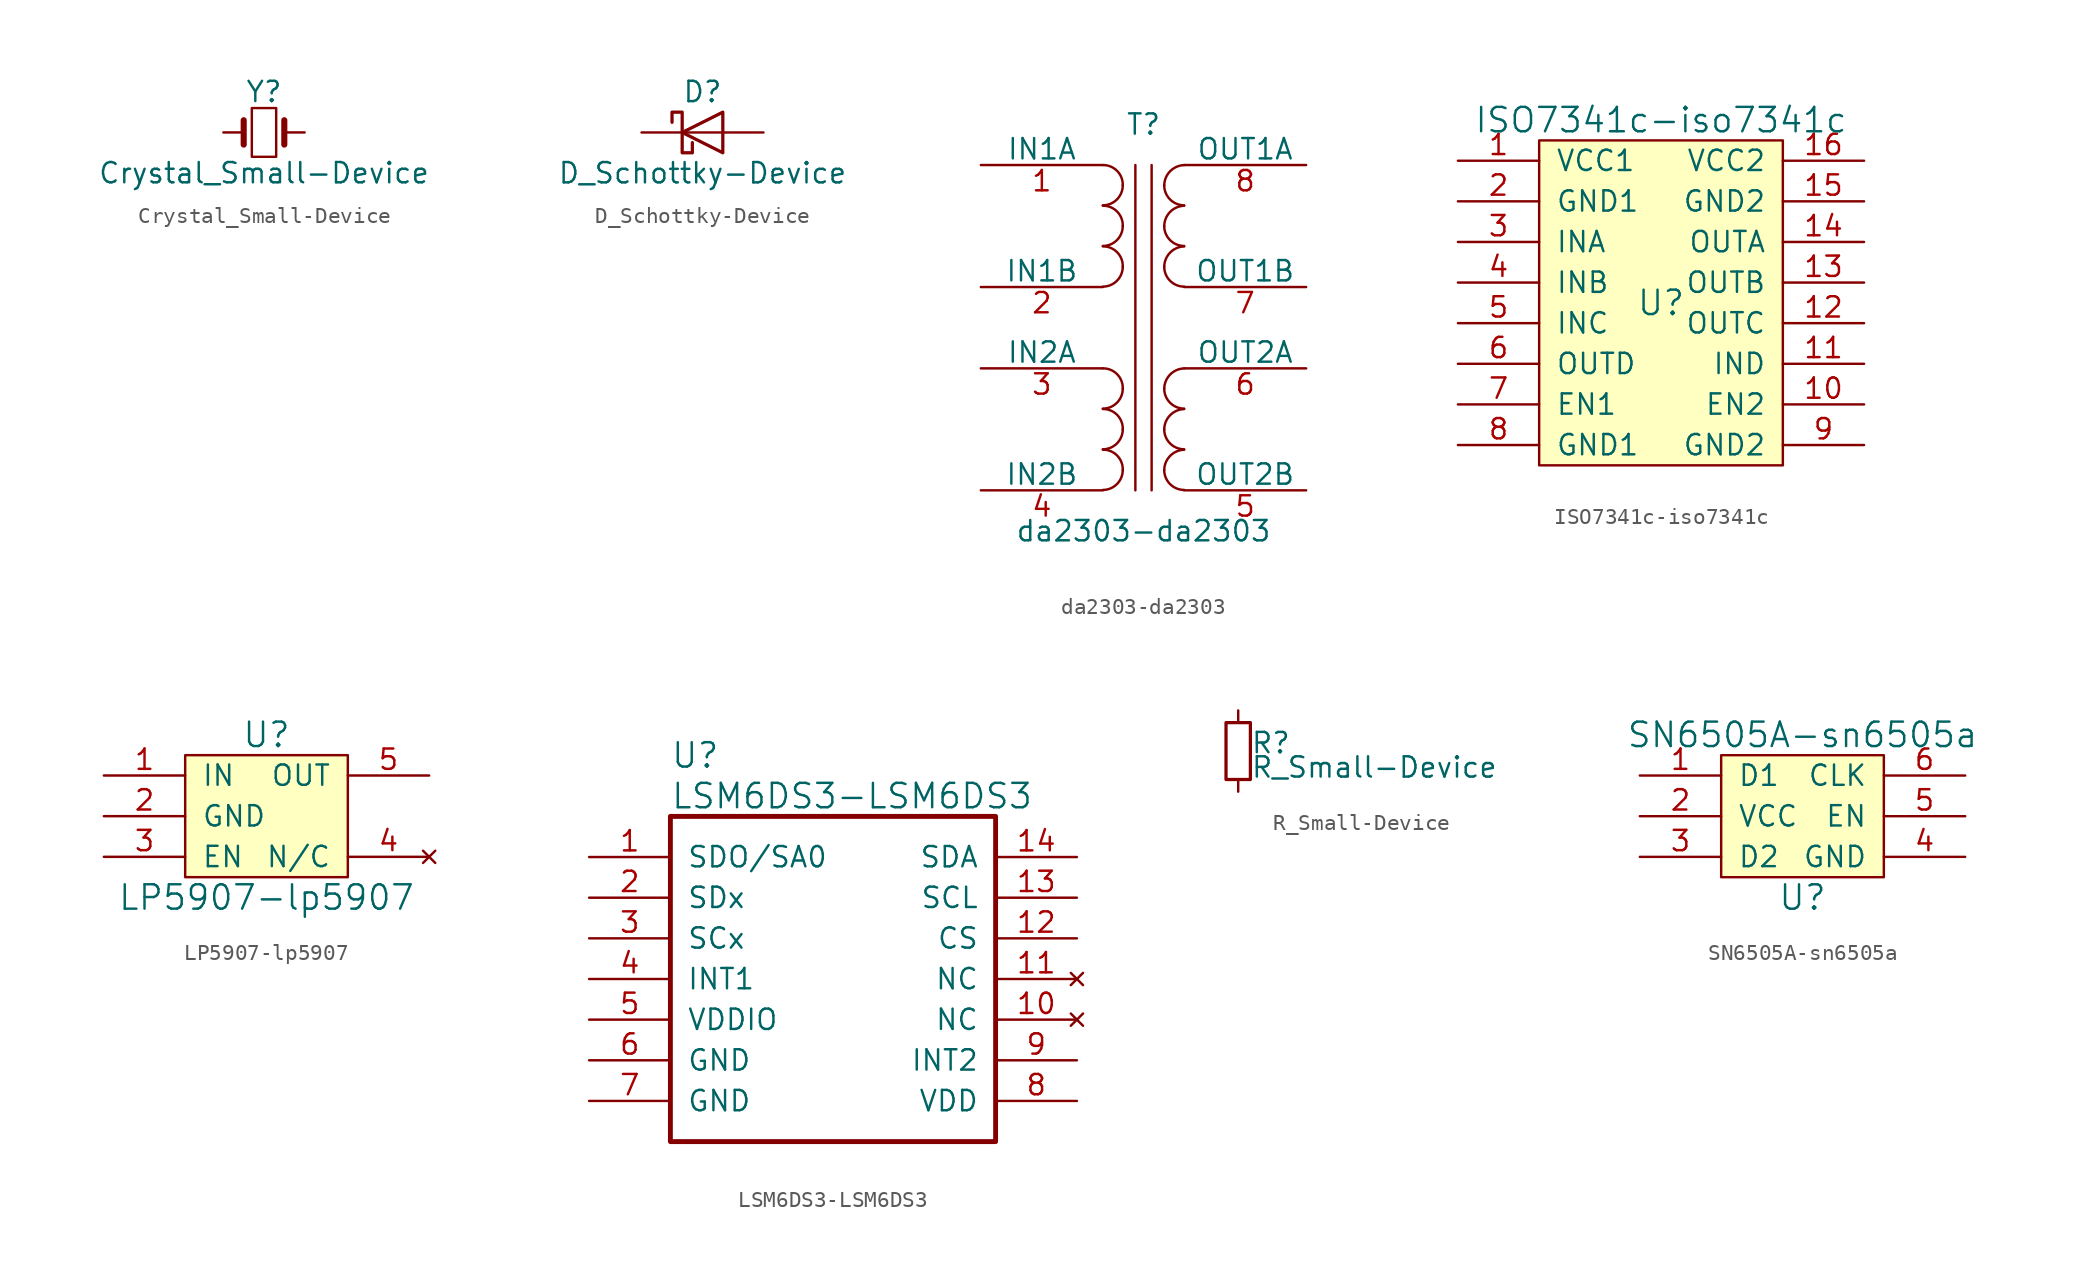
<source format=kicad_sym>
(kicad_symbol_lib
  (version 20210619)
  (generator kicad_symbol_editor)
  (symbol "FreeEEG32-ads131-rescue:Crystal_Small-Device"
    (pin_numbers hide)
    (pin_names
      (offset 1.016) hide)
    (property "Reference" "Y"
      (at 0 2.54 0)
      (effects (font (size 1.27 1.27))))
    (property "Value" "Crystal_Small-Device"
      (at 0 -2.54 0)
      (effects (font (size 1.27 1.27))))
    (symbol "Crystal_Small-Device_0_1"
      (rectangle (start -0.762 -1.524) (end 0.762 1.524) (stroke (width 0)) (fill (type none)))
      (polyline (pts (xy -1.27 -0.762) (xy -1.27 0.762)) (stroke (width 0.381)) (fill (type none)))
      (polyline (pts (xy 1.27 -0.762) (xy 1.27 0.762)) (stroke (width 0.381)) (fill (type none))))
    (symbol "Crystal_Small-Device_1_1"
      (pin passive line (at -2.54 0 0) (length 1.27) (name "1" (effects (font (size 1.27 1.27)))) (number "1" (effects (font (size 1.27 1.27)))))
      (pin passive line (at 2.54 0 180) (length 1.27) (name "2" (effects (font (size 1.27 1.27)))) (number "2" (effects (font (size 1.27 1.27)))))))
  (symbol "FreeEEG32-ads131-rescue:D_Schottky-Device"
    (pin_numbers hide)
    (pin_names
      (offset 1.016) hide)
    (property "Reference" "D"
      (at 0 2.54 0)
      (effects (font (size 1.27 1.27))))
    (property "Value" "D_Schottky-Device"
      (at 0 -2.54 0)
      (effects (font (size 1.27 1.27))))
    (symbol "D_Schottky-Device_0_1"
      (polyline (pts (xy 1.27 0) (xy -1.27 0)) (stroke (width 0)) (fill (type none)))
      (polyline (pts (xy 1.27 1.27) (xy 1.27 -1.27) (xy -1.27 0) (xy 1.27 1.27)) (stroke (width 0.203)) (fill (type none)))
      (polyline (pts (xy -1.905 0.635) (xy -1.905 1.27) (xy -1.27 1.27) (xy -1.27 -1.27) (xy -0.635 -1.27) (xy -0.635 -0.635)) (stroke (width 0.203)) (fill (type none))))
    (symbol "D_Schottky-Device_1_1"
      (pin passive line (at -3.81 0 0) (length 2.54) (name "K" (effects (font (size 1.27 1.27)))) (number "1" (effects (font (size 1.27 1.27)))))
      (pin passive line (at 3.81 0 180) (length 2.54) (name "A" (effects (font (size 1.27 1.27)))) (number "2" (effects (font (size 1.27 1.27)))))))
  (symbol "FreeEEG32-ads131-rescue:da2303-da2303"
    (pin_names
      (offset 0))
    (property "Reference" "T"
      (at 0 12.7 0)
      (effects (font (size 1.27 1.27))))
    (property "Value" "da2303-da2303"
      (at 0 -12.7 0)
      (effects (font (size 1.27 1.27))))
    (property "Footprint" ""
      (at 0 0 0)
      (effects (font (size 1.27 1.27))))
    (property "Datasheet" ""
      (at 0 0 0)
      (effects (font (size 1.27 1.27))))
    (symbol "da2303-da2303_0_1"
      (arc (start -2.54 -10.1346) (end -1.2954 -8.89) (radius (at -2.54 -8.89) (length 1.27) (angles -90.1 0.1)) (stroke (width 0)) (fill (type none)))
      (arc (start -1.2954 -8.89) (end -2.54 -7.62) (radius (at -2.54 -8.89) (length 1.27) (angles -0.1 90.1)) (stroke (width 0)) (fill (type none)))
      (arc (start -2.54 -7.5946) (end -1.2954 -6.35) (radius (at -2.54 -6.35) (length 1.27) (angles -90.1 0.1)) (stroke (width 0)) (fill (type none)))
      (arc (start -1.2954 -6.35) (end -2.54 -5.08) (radius (at -2.54 -6.35) (length 1.27) (angles -0.1 90.1)) (stroke (width 0)) (fill (type none)))
      (arc (start -2.54 -5.0546) (end -1.2954 -3.81) (radius (at -2.54 -3.81) (length 1.27) (angles -90.1 0.1)) (stroke (width 0)) (fill (type none)))
      (arc (start -1.2954 -3.81) (end -2.54 -2.54) (radius (at -2.54 -3.81) (length 1.27) (angles -0.1 90.1)) (stroke (width 0)) (fill (type none)))
      (arc (start -2.54 2.5654) (end -1.2954 3.81) (radius (at -2.54 3.81) (length 1.27) (angles -90.1 0.1)) (stroke (width 0)) (fill (type none)))
      (arc (start -1.2954 3.81) (end -2.54 5.08) (radius (at -2.54 3.81) (length 1.27) (angles -0.1 90.1)) (stroke (width 0)) (fill (type none)))
      (arc (start -2.54 5.1054) (end -1.2954 6.35) (radius (at -2.54 6.35) (length 1.27) (angles -90.1 0.1)) (stroke (width 0)) (fill (type none)))
      (arc (start -1.2954 6.35) (end -2.54 7.62) (radius (at -2.54 6.35) (length 1.27) (angles -0.1 90.1)) (stroke (width 0)) (fill (type none)))
      (arc (start -2.54 7.6454) (end -1.2954 8.89) (radius (at -2.54 8.89) (length 1.27) (angles -90.1 0.1)) (stroke (width 0)) (fill (type none)))
      (arc (start -1.2954 8.89) (end -2.54 10.16) (radius (at -2.54 8.89) (length 1.27) (angles -0.1 90.1)) (stroke (width 0)) (fill (type none)))
      (arc (start 2.54 -7.62) (end 1.2954 -8.89) (radius (at 2.54 -8.89) (length 1.27) (angles 89.9 -179.9)) (stroke (width 0)) (fill (type none)))
      (arc (start 1.2954 -8.89) (end 2.54 -10.1346) (radius (at 2.54 -8.89) (length 1.27) (angles 179.9 -89.9)) (stroke (width 0)) (fill (type none)))
      (arc (start 2.54 -5.08) (end 1.2954 -6.35) (radius (at 2.54 -6.35) (length 1.27) (angles 89.9 -179.9)) (stroke (width 0)) (fill (type none)))
      (arc (start 1.2954 -6.35) (end 2.54 -7.5946) (radius (at 2.54 -6.35) (length 1.27) (angles 179.9 -89.9)) (stroke (width 0)) (fill (type none)))
      (arc (start 2.54 -2.54) (end 1.2954 -3.81) (radius (at 2.54 -3.81) (length 1.27) (angles 89.9 -179.9)) (stroke (width 0)) (fill (type none)))
      (arc (start 1.2954 -3.81) (end 2.54 -5.0546) (radius (at 2.54 -3.81) (length 1.27) (angles 179.9 -89.9)) (stroke (width 0)) (fill (type none)))
      (arc (start 2.54 5.08) (end 1.2954 3.81) (radius (at 2.54 3.81) (length 1.27) (angles 89.9 -179.9)) (stroke (width 0)) (fill (type none)))
      (arc (start 1.2954 3.81) (end 2.54 2.5654) (radius (at 2.54 3.81) (length 1.27) (angles 179.9 -89.9)) (stroke (width 0)) (fill (type none)))
      (arc (start 2.54 7.62) (end 1.2954 6.35) (radius (at 2.54 6.35) (length 1.27) (angles 89.9 -179.9)) (stroke (width 0)) (fill (type none)))
      (arc (start 1.2954 6.35) (end 2.54 5.1054) (radius (at 2.54 6.35) (length 1.27) (angles 179.9 -89.9)) (stroke (width 0)) (fill (type none)))
      (arc (start 2.54 10.16) (end 1.2954 8.89) (radius (at 2.54 8.89) (length 1.27) (angles 89.9 -179.9)) (stroke (width 0)) (fill (type none)))
      (arc (start 1.2954 8.89) (end 2.54 7.6454) (radius (at 2.54 8.89) (length 1.27) (angles 179.9 -89.9)) (stroke (width 0)) (fill (type none)))
      (polyline (pts (xy -0.508 -10.16) (xy -0.508 10.16)) (stroke (width 0)) (fill (type none)))
      (polyline (pts (xy 0.508 10.16) (xy 0.508 -10.16)) (stroke (width 0)) (fill (type none))))
    (symbol "da2303-da2303_1_1"
      (pin passive line (at -10.16 10.16 0) (length 7.62) (name "IN1A" (effects (font (size 1.27 1.27)))) (number "1" (effects (font (size 1.27 1.27)))))
      (pin passive line (at -10.16 2.54 0) (length 7.62) (name "IN1B" (effects (font (size 1.27 1.27)))) (number "2" (effects (font (size 1.27 1.27)))))
      (pin passive line (at -10.16 -2.54 0) (length 7.62) (name "IN2A" (effects (font (size 1.27 1.27)))) (number "3" (effects (font (size 1.27 1.27)))))
      (pin passive line (at -10.16 -10.16 0) (length 7.62) (name "IN2B" (effects (font (size 1.27 1.27)))) (number "4" (effects (font (size 1.27 1.27)))))
      (pin passive line (at 10.16 -10.16 180) (length 7.62) (name "OUT2B" (effects (font (size 1.27 1.27)))) (number "5" (effects (font (size 1.27 1.27)))))
      (pin passive line (at 10.16 -2.54 180) (length 7.62) (name "OUT2A" (effects (font (size 1.27 1.27)))) (number "6" (effects (font (size 1.27 1.27)))))
      (pin passive line (at 10.16 2.54 180) (length 7.62) (name "OUT1B" (effects (font (size 1.27 1.27)))) (number "7" (effects (font (size 1.27 1.27)))))
      (pin passive line (at 10.16 10.16 180) (length 7.62) (name "OUT1A" (effects (font (size 1.27 1.27)))) (number "8" (effects (font (size 1.27 1.27)))))))
  (symbol "FreeEEG32-ads131-rescue:ISO7341c-iso7341c"
    (pin_names
      (offset 1.016))
    (property "Reference" "U"
      (at 0 0 0)
      (effects (font (size 1.524 1.524))))
    (property "Value" "ISO7341c-iso7341c"
      (at 0 11.43 0)
      (effects (font (size 1.524 1.524))))
    (symbol "ISO7341c-iso7341c_0_1"
      (rectangle (start -7.62 10.16) (end 7.62 -10.16) (stroke (width 0)) (fill (type background))))
    (symbol "ISO7341c-iso7341c_1_1"
      (pin power_in line (at -12.7 8.89 0) (length 5.08) (name "VCC1" (effects (font (size 1.27 1.27)))) (number "1" (effects (font (size 1.27 1.27)))))
      (pin input line (at 12.7 -6.35 180) (length 5.08) (name "EN2" (effects (font (size 1.27 1.27)))) (number "10" (effects (font (size 1.27 1.27)))))
      (pin input line (at 12.7 -3.81 180) (length 5.08) (name "IND" (effects (font (size 1.27 1.27)))) (number "11" (effects (font (size 1.27 1.27)))))
      (pin output line (at 12.7 -1.27 180) (length 5.08) (name "OUTC" (effects (font (size 1.27 1.27)))) (number "12" (effects (font (size 1.27 1.27)))))
      (pin output line (at 12.7 1.27 180) (length 5.08) (name "OUTB" (effects (font (size 1.27 1.27)))) (number "13" (effects (font (size 1.27 1.27)))))
      (pin output line (at 12.7 3.81 180) (length 5.08) (name "OUTA" (effects (font (size 1.27 1.27)))) (number "14" (effects (font (size 1.27 1.27)))))
      (pin power_in line (at 12.7 6.35 180) (length 5.08) (name "GND2" (effects (font (size 1.27 1.27)))) (number "15" (effects (font (size 1.27 1.27)))))
      (pin power_in line (at 12.7 8.89 180) (length 5.08) (name "VCC2" (effects (font (size 1.27 1.27)))) (number "16" (effects (font (size 1.27 1.27)))))
      (pin power_in line (at -12.7 6.35 0) (length 5.08) (name "GND1" (effects (font (size 1.27 1.27)))) (number "2" (effects (font (size 1.27 1.27)))))
      (pin input line (at -12.7 3.81 0) (length 5.08) (name "INA" (effects (font (size 1.27 1.27)))) (number "3" (effects (font (size 1.27 1.27)))))
      (pin input line (at -12.7 1.27 0) (length 5.08) (name "INB" (effects (font (size 1.27 1.27)))) (number "4" (effects (font (size 1.27 1.27)))))
      (pin input line (at -12.7 -1.27 0) (length 5.08) (name "INC" (effects (font (size 1.27 1.27)))) (number "5" (effects (font (size 1.27 1.27)))))
      (pin output line (at -12.7 -3.81 0) (length 5.08) (name "OUTD" (effects (font (size 1.27 1.27)))) (number "6" (effects (font (size 1.27 1.27)))))
      (pin input line (at -12.7 -6.35 0) (length 5.08) (name "EN1" (effects (font (size 1.27 1.27)))) (number "7" (effects (font (size 1.27 1.27)))))
      (pin power_in line (at -12.7 -8.89 0) (length 5.08) (name "GND1" (effects (font (size 1.27 1.27)))) (number "8" (effects (font (size 1.27 1.27)))))
      (pin power_in line (at 12.7 -8.89 180) (length 5.08) (name "GND2" (effects (font (size 1.27 1.27)))) (number "9" (effects (font (size 1.27 1.27)))))))
  (symbol "FreeEEG32-ads131-rescue:LP5907-lp5907"
    (pin_names
      (offset 1.016))
    (property "Reference" "U"
      (at 0 5.08 0)
      (effects (font (size 1.524 1.524))))
    (property "Value" "LP5907-lp5907"
      (at 0 -5.08 0)
      (effects (font (size 1.524 1.524))))
    (property "Footprint" ""
      (at 0 0 0)
      (effects (font (size 1.524 1.524))))
    (property "Datasheet" ""
      (at 0 0 0)
      (effects (font (size 1.524 1.524))))
    (symbol "LP5907-lp5907_0_1"
      (rectangle (start -5.08 3.81) (end 5.08 -3.81) (stroke (width 0)) (fill (type background))))
    (symbol "LP5907-lp5907_1_1"
      (pin input line (at -10.16 2.54 0) (length 5.08) (name "IN" (effects (font (size 1.27 1.27)))) (number "1" (effects (font (size 1.27 1.27)))))
      (pin input line (at -10.16 0 0) (length 5.08) (name "GND" (effects (font (size 1.27 1.27)))) (number "2" (effects (font (size 1.27 1.27)))))
      (pin input line (at -10.16 -2.54 0) (length 5.08) (name "EN" (effects (font (size 1.27 1.27)))) (number "3" (effects (font (size 1.27 1.27)))))
      (pin no_connect line (at 10.16 -2.54 180) (length 5.08) (name "N/C" (effects (font (size 1.27 1.27)))) (number "4" (effects (font (size 1.27 1.27)))))
      (pin output line (at 10.16 2.54 180) (length 5.08) (name "OUT" (effects (font (size 1.27 1.27)))) (number "5" (effects (font (size 1.27 1.27)))))))
  (symbol "FreeEEG32-ads131-rescue:LSM6DS3-LSM6DS3"
    (pin_names
      (offset 1.016))
    (property "Reference" "U"
      (at 5.08 6.35 0)
      (effects (font (size 1.524 1.524)) (justify left)))
    (property "Value" "LSM6DS3-LSM6DS3"
      (at 5.08 3.81 0)
      (effects (font (size 1.524 1.524)) (justify left)))
    (property "ki_locked" ""
      (at 0 0 0)
      (effects (font (size 1.27 1.27))))
    (symbol "LSM6DS3-LSM6DS3_1_1"
      (rectangle (start 5.08 2.54) (end 25.4 -17.78) (stroke (width 0.305)) (fill (type none)))
      (pin bidirectional line (at 0 0 0) (length 5.08) (name "SDO/SA0" (effects (font (size 1.27 1.27)))) (number "1" (effects (font (size 1.27 1.27)))))
      (pin no_connect line (at 30.48 -10.16 180) (length 5.08) (name "NC" (effects (font (size 1.27 1.27)))) (number "10" (effects (font (size 1.27 1.27)))))
      (pin no_connect line (at 30.48 -7.62 180) (length 5.08) (name "NC" (effects (font (size 1.27 1.27)))) (number "11" (effects (font (size 1.27 1.27)))))
      (pin bidirectional line (at 30.48 -5.08 180) (length 5.08) (name "CS" (effects (font (size 1.27 1.27)))) (number "12" (effects (font (size 1.27 1.27)))))
      (pin bidirectional line (at 30.48 -2.54 180) (length 5.08) (name "SCL" (effects (font (size 1.27 1.27)))) (number "13" (effects (font (size 1.27 1.27)))))
      (pin bidirectional line (at 30.48 0 180) (length 5.08) (name "SDA" (effects (font (size 1.27 1.27)))) (number "14" (effects (font (size 1.27 1.27)))))
      (pin bidirectional line (at 0 -2.54 0) (length 5.08) (name "SDx" (effects (font (size 1.27 1.27)))) (number "2" (effects (font (size 1.27 1.27)))))
      (pin bidirectional line (at 0 -5.08 0) (length 5.08) (name "SCx" (effects (font (size 1.27 1.27)))) (number "3" (effects (font (size 1.27 1.27)))))
      (pin bidirectional line (at 0 -7.62 0) (length 5.08) (name "INT1" (effects (font (size 1.27 1.27)))) (number "4" (effects (font (size 1.27 1.27)))))
      (pin power_in line (at 0 -10.16 0) (length 5.08) (name "VDDIO" (effects (font (size 1.27 1.27)))) (number "5" (effects (font (size 1.27 1.27)))))
      (pin power_in line (at 0 -12.7 0) (length 5.08) (name "GND" (effects (font (size 1.27 1.27)))) (number "6" (effects (font (size 1.27 1.27)))))
      (pin power_in line (at 0 -15.24 0) (length 5.08) (name "GND" (effects (font (size 1.27 1.27)))) (number "7" (effects (font (size 1.27 1.27)))))
      (pin power_in line (at 30.48 -15.24 180) (length 5.08) (name "VDD" (effects (font (size 1.27 1.27)))) (number "8" (effects (font (size 1.27 1.27)))))
      (pin bidirectional line (at 30.48 -12.7 180) (length 5.08) (name "INT2" (effects (font (size 1.27 1.27)))) (number "9" (effects (font (size 1.27 1.27)))))))
  (symbol "FreeEEG32-ads131-rescue:R_Small-Device"
    (pin_numbers hide)
    (pin_names
      (offset 0.254) hide)
    (property "Reference" "R"
      (at 0.762 0.508 0)
      (effects (font (size 1.27 1.27)) (justify left)))
    (property "Value" "R_Small-Device"
      (at 0.762 -1.016 0)
      (effects (font (size 1.27 1.27)) (justify left)))
    (symbol "R_Small-Device_0_1"
      (rectangle (start -0.762 1.778) (end 0.762 -1.778) (stroke (width 0.203)) (fill (type none))))
    (symbol "R_Small-Device_1_1"
      (pin passive line (at 0 2.54 270) (length 0.762) (name "~" (effects (font (size 1.27 1.27)))) (number "1" (effects (font (size 1.27 1.27)))))
      (pin passive line (at 0 -2.54 90) (length 0.762) (name "~" (effects (font (size 1.27 1.27)))) (number "2" (effects (font (size 1.27 1.27)))))))
  (symbol "FreeEEG32-ads131-rescue:SN6505A-sn6505a"
    (pin_names
      (offset 1.016))
    (property "Reference" "U"
      (at 0 -5.08 0)
      (effects (font (size 1.524 1.524))))
    (property "Value" "SN6505A-sn6505a"
      (at 0 5.08 0)
      (effects (font (size 1.524 1.524))))
    (property "Footprint" ""
      (at 0 0 0)
      (effects (font (size 1.524 1.524))))
    (property "Datasheet" ""
      (at 0 0 0)
      (effects (font (size 1.524 1.524))))
    (symbol "SN6505A-sn6505a_0_1"
      (rectangle (start -5.08 3.81) (end 5.08 -3.81) (stroke (width 0)) (fill (type background))))
    (symbol "SN6505A-sn6505a_1_1"
      (pin power_out line (at -10.16 2.54 0) (length 5.08) (name "D1" (effects (font (size 1.27 1.27)))) (number "1" (effects (font (size 1.27 1.27)))))
      (pin power_in line (at -10.16 0 0) (length 5.08) (name "VCC" (effects (font (size 1.27 1.27)))) (number "2" (effects (font (size 1.27 1.27)))))
      (pin power_out line (at -10.16 -2.54 0) (length 5.08) (name "D2" (effects (font (size 1.27 1.27)))) (number "3" (effects (font (size 1.27 1.27)))))
      (pin power_in line (at 10.16 -2.54 180) (length 5.08) (name "GND" (effects (font (size 1.27 1.27)))) (number "4" (effects (font (size 1.27 1.27)))))
      (pin input line (at 10.16 0 180) (length 5.08) (name "EN" (effects (font (size 1.27 1.27)))) (number "5" (effects (font (size 1.27 1.27)))))
      (pin input line (at 10.16 2.54 180) (length 5.08) (name "CLK" (effects (font (size 1.27 1.27)))) (number "6" (effects (font (size 1.27 1.27))))))))
</source>
